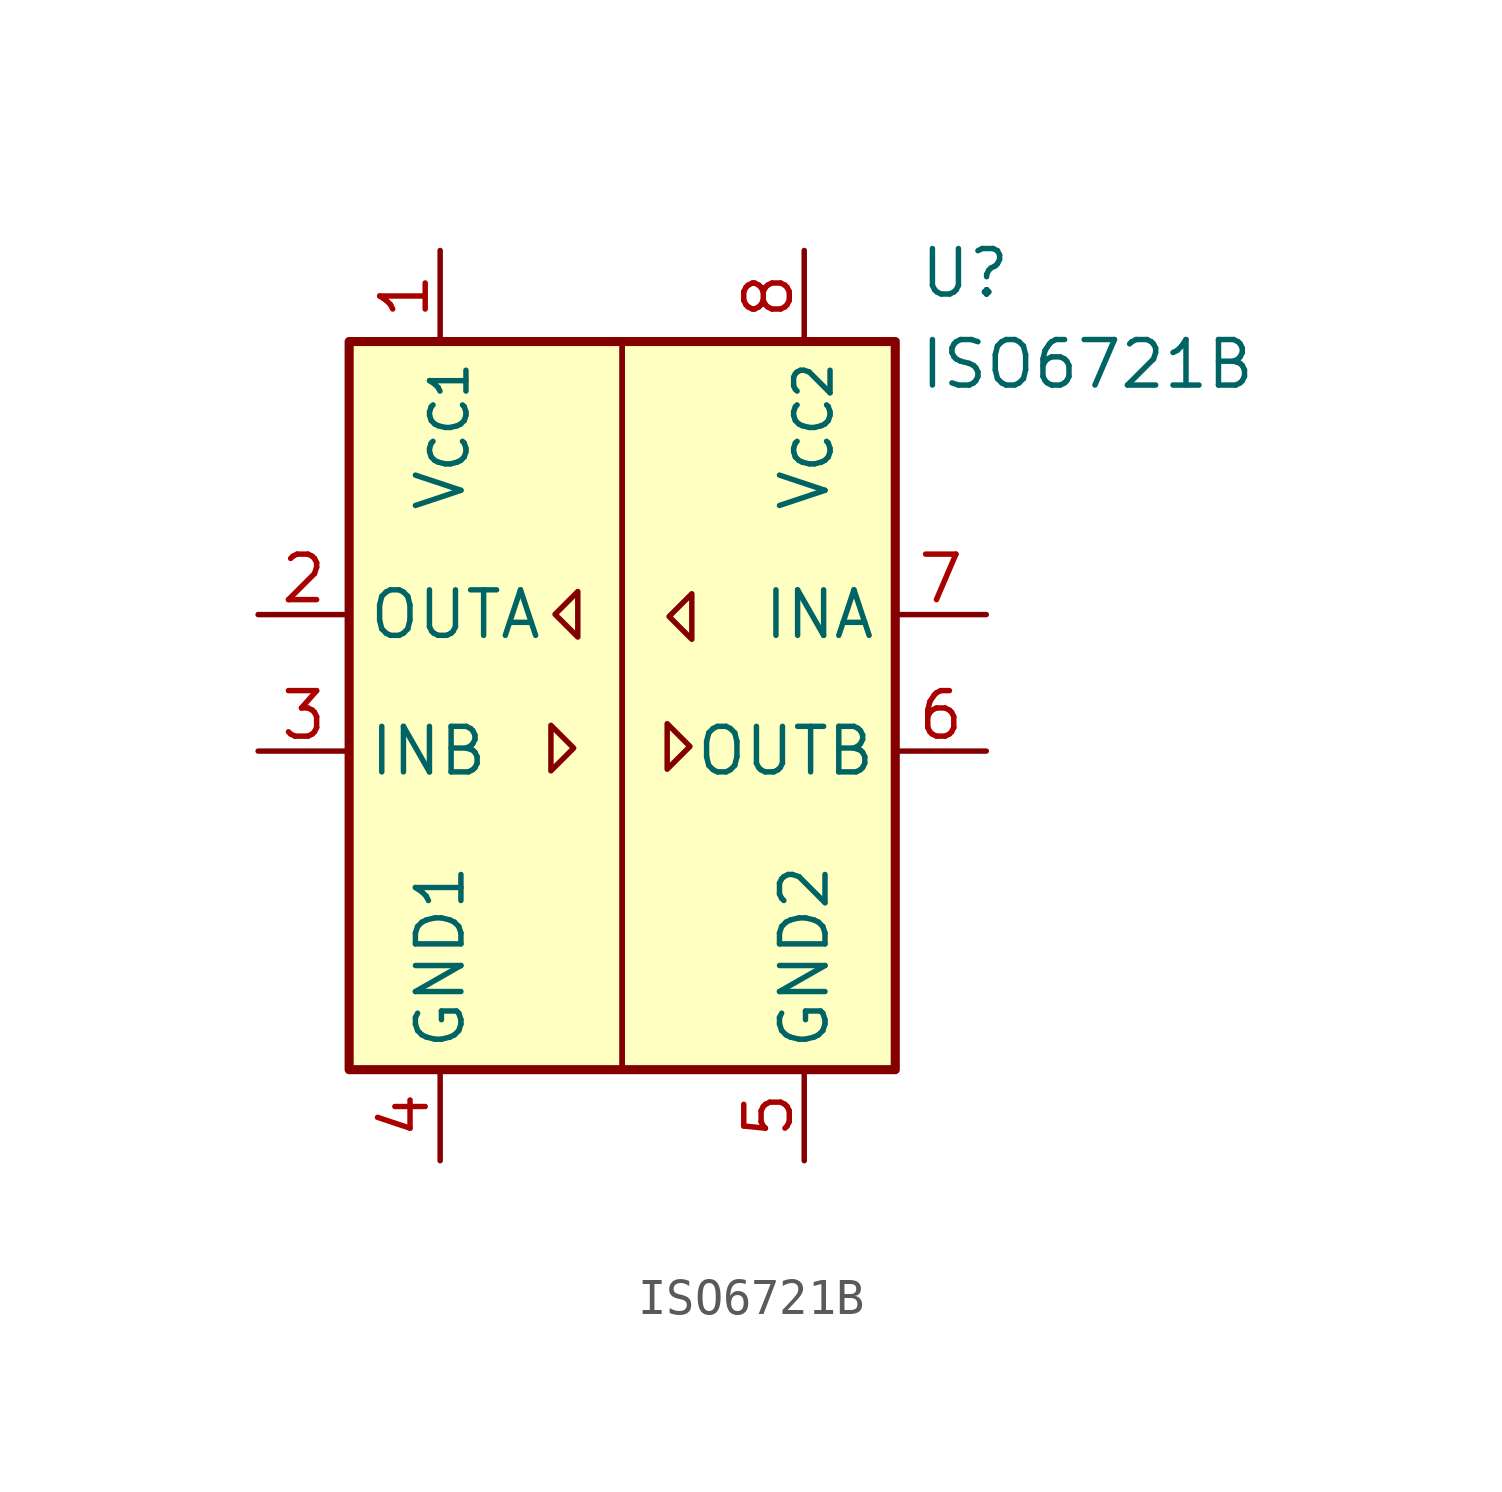
<source format=kicad_sym>
(kicad_symbol_lib
  (version 20231120)
  (generator "kicad_symbol_editor")
  (generator_version "8.0")
  (symbol "ISO6721B"
    (property "Reference" "U"
      (at 8.255 12.065 0)
      (effects (font (size 1.27 1.27)) (justify left)))
    (property "Value" "ISO6721B"
      (at 8.255 9.525 0)
      (effects (font (size 1.27 1.27)) (justify left)))
    (symbol "ISO6721B_0_1"
      (rectangle (start -7.62 10.16) (end 7.62 -10.16) (stroke (width 0.254) (type default)) (fill (type background)))
      (polyline (pts (xy 0 10.16) (xy 0 -10.16)) (stroke (width 0) (type default)) (fill (type none)))
      (polyline (pts (xy 0 10.16) (xy 0 -10.16)) (stroke (width 0) (type default)) (fill (type none))))
    (symbol "ISO6721B_1_1"
      (polyline (pts (xy -1.989 -0.551) (xy -1.354 -1.186) (xy -1.989 -1.821) (xy -1.989 -0.551)) (stroke (width 0) (type default)) (fill (type none)))
      (polyline (pts (xy -1.239 1.913) (xy -1.874 2.548) (xy -1.239 3.183) (xy -1.239 1.913)) (stroke (width 0) (type default)) (fill (type none)))
      (polyline (pts (xy 1.255 -0.505) (xy 1.89 -1.14) (xy 1.255 -1.775) (xy 1.255 -0.505)) (stroke (width 0) (type default)) (fill (type none)))
      (polyline (pts (xy 1.943 1.851) (xy 1.308 2.486) (xy 1.943 3.121) (xy 1.943 1.851)) (stroke (width 0) (type default)) (fill (type none)))
      (pin power_in line (at -5.08 12.7 270) (length 2.54) (name "V_{CC1}" (effects (font (size 1.27 1.27)))) (number "1" (effects (font (size 1.27 1.27)))))
      (pin output line (at -10.16 2.54 0) (length 2.54) (name "OUTA" (effects (font (size 1.27 1.27)))) (number "2" (effects (font (size 1.27 1.27)))))
      (pin input line (at -10.16 -1.27 0) (length 2.54) (name "INB" (effects (font (size 1.27 1.27)))) (number "3" (effects (font (size 1.27 1.27)))))
      (pin power_in line (at -5.08 -12.7 90) (length 2.54) (name "GND1" (effects (font (size 1.27 1.27)))) (number "4" (effects (font (size 1.27 1.27)))))
      (pin power_in line (at 5.08 -12.7 90) (length 2.54) (name "GND2" (effects (font (size 1.27 1.27)))) (number "5" (effects (font (size 1.27 1.27)))))
      (pin output line (at 10.16 -1.27 180) (length 2.54) (name "OUTB" (effects (font (size 1.27 1.27)))) (number "6" (effects (font (size 1.27 1.27)))))
      (pin input line (at 10.16 2.54 180) (length 2.54) (name "INA" (effects (font (size 1.27 1.27)))) (number "7" (effects (font (size 1.27 1.27)))))
      (pin power_in line (at 5.08 12.7 270) (length 2.54) (name "V_{CC2}" (effects (font (size 1.27 1.27)))) (number "8" (effects (font (size 1.27 1.27))))))))
</source>
